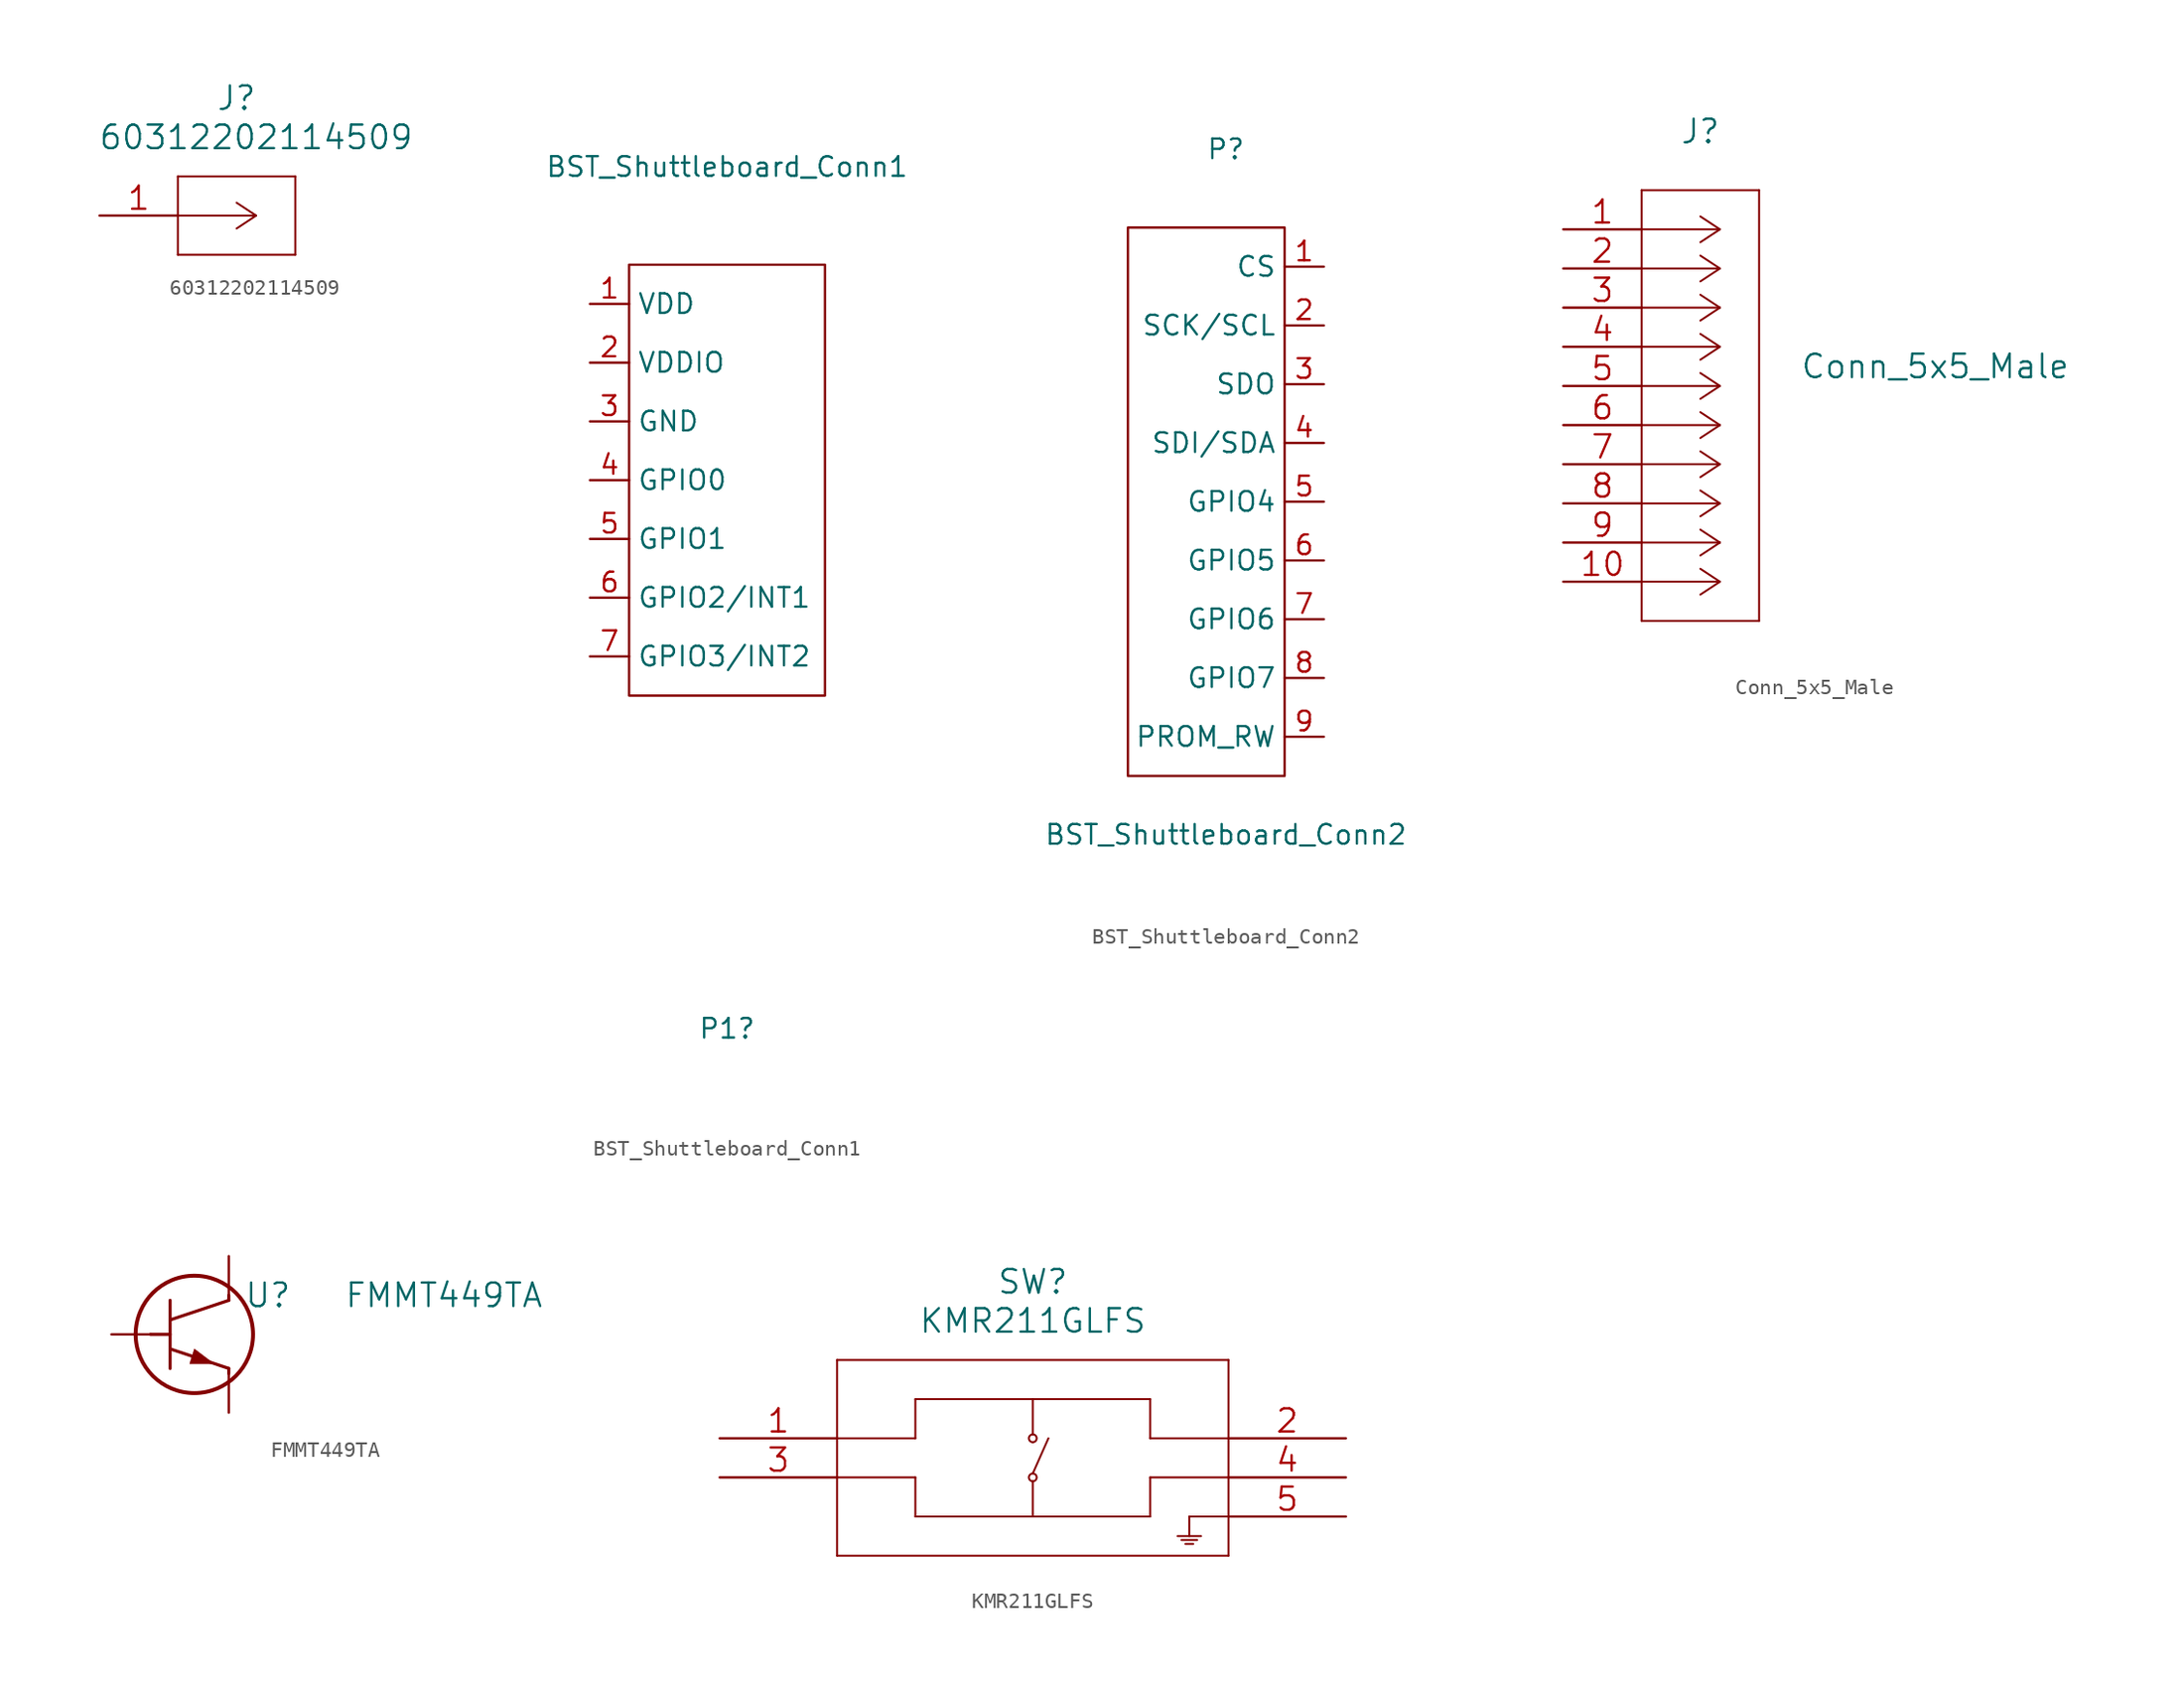
<source format=kicad_sym>
(kicad_symbol_lib
  (version 20211014)
  (generator kicad_symbol_editor)
  (symbol "60312202114509"
    (pin_names
      (offset 0.254) hide)
    (property "Reference" "J"
      (at 0 7.62 0)
      (effects (font (size 1.524 1.524))))
    (property "Value" "60312202114509"
      (at 1.27 5.08 0)
      (effects (font (size 1.524 1.524))))
    (property "Datasheet" ""
      (at -8.89 0 0)
      (effects (font (size 1.524 1.524))))
    (property "ki_locked" ""
      (at 0 0 0)
      (effects (font (size 1.27 1.27))))
    (symbol "60312202114509_1_1"
      (polyline (pts (xy -3.81 -2.54) (xy 3.81 -2.54)) (stroke (width 0.127) (type default) (color 0 0 0 0)) (fill (type none)))
      (polyline (pts (xy -3.81 2.54) (xy -3.81 -2.54)) (stroke (width 0.127) (type default) (color 0 0 0 0)) (fill (type none)))
      (polyline (pts (xy 1.27 0) (xy -3.81 0)) (stroke (width 0.127) (type default) (color 0 0 0 0)) (fill (type none)))
      (polyline (pts (xy 1.27 0) (xy 0 -0.838)) (stroke (width 0.127) (type default) (color 0 0 0 0)) (fill (type none)))
      (polyline (pts (xy 1.27 0) (xy 0 0.838)) (stroke (width 0.127) (type default) (color 0 0 0 0)) (fill (type none)))
      (polyline (pts (xy 3.81 -2.54) (xy 3.81 2.54)) (stroke (width 0.127) (type default) (color 0 0 0 0)) (fill (type none)))
      (polyline (pts (xy 3.81 2.54) (xy -3.81 2.54)) (stroke (width 0.127) (type default) (color 0 0 0 0)) (fill (type none)))
      (pin input line (at -8.89 0 0) (length 5.08) (name "1" (effects (font (size 1.499 1.499)))) (number "1" (effects (font (size 1.499 1.499)))))))
  (symbol "BST_Shuttleboard_Conn1"
    (property "Reference" "P1"
      (at 0 -33.02 0)
      (effects (font (size 1.27 1.27))))
    (property "Value" "BST_Shuttleboard_Conn1"
      (at 0 22.86 0)
      (effects (font (size 1.27 1.27))))
    (symbol "BST_Shuttleboard_Conn1_0_1"
      (rectangle (start -6.35 16.51) (end 6.35 -11.43) (stroke (width 0) (type default) (color 0 0 0 0)) (fill (type none))))
    (symbol "BST_Shuttleboard_Conn1_1_1"
      (pin power_in line (at -8.89 13.97 0) (length 2.54) (name "VDD" (effects (font (size 1.27 1.27)))) (number "1" (effects (font (size 1.27 1.27)))))
      (pin power_in line (at -8.89 10.16 0) (length 2.54) (name "VDDIO" (effects (font (size 1.27 1.27)))) (number "2" (effects (font (size 1.27 1.27)))))
      (pin passive line (at -8.89 6.35 0) (length 2.54) (name "GND" (effects (font (size 1.27 1.27)))) (number "3" (effects (font (size 1.27 1.27)))))
      (pin passive line (at -8.89 2.54 0) (length 2.54) (name "GPIO0" (effects (font (size 1.27 1.27)))) (number "4" (effects (font (size 1.27 1.27)))))
      (pin passive line (at -8.89 -1.27 0) (length 2.54) (name "GPIO1" (effects (font (size 1.27 1.27)))) (number "5" (effects (font (size 1.27 1.27)))))
      (pin output line (at -8.89 -5.08 0) (length 2.54) (name "GPIO2/INT1" (effects (font (size 1.27 1.27)))) (number "6" (effects (font (size 1.27 1.27)))))
      (pin output line (at -8.89 -8.89 0) (length 2.54) (name "GPIO3/INT2" (effects (font (size 1.27 1.27)))) (number "7" (effects (font (size 1.27 1.27)))))))
  (symbol "BST_Shuttleboard_Conn2"
    (property "Reference" "P"
      (at 0 20.32 0)
      (effects (font (size 1.27 1.27))))
    (property "Value" "BST_Shuttleboard_Conn2"
      (at 0 -24.13 0)
      (effects (font (size 1.27 1.27))))
    (symbol "BST_Shuttleboard_Conn2_0_1"
      (rectangle (start -6.35 15.24) (end 3.81 -20.32) (stroke (width 0) (type default) (color 0 0 0 0)) (fill (type none))))
    (symbol "BST_Shuttleboard_Conn2_1_1"
      (pin passive line (at 6.35 12.7 180) (length 2.54) (name "CS" (effects (font (size 1.27 1.27)))) (number "1" (effects (font (size 1.27 1.27)))))
      (pin output line (at 6.35 8.89 180) (length 2.54) (name "SCK/SCL" (effects (font (size 1.27 1.27)))) (number "2" (effects (font (size 1.27 1.27)))))
      (pin output line (at 6.35 5.08 180) (length 2.54) (name "SDO" (effects (font (size 1.27 1.27)))) (number "3" (effects (font (size 1.27 1.27)))))
      (pin output line (at 6.35 1.27 180) (length 2.54) (name "SDI/SDA" (effects (font (size 1.27 1.27)))) (number "4" (effects (font (size 1.27 1.27)))))
      (pin passive line (at 6.35 -2.54 180) (length 2.54) (name "GPIO4" (effects (font (size 1.27 1.27)))) (number "5" (effects (font (size 1.27 1.27)))))
      (pin power_in line (at 6.35 -6.35 180) (length 2.54) (name "GPIO5" (effects (font (size 1.27 1.27)))) (number "6" (effects (font (size 1.27 1.27)))))
      (pin passive line (at 6.35 -10.16 180) (length 2.54) (name "GPIO6" (effects (font (size 1.27 1.27)))) (number "7" (effects (font (size 1.27 1.27)))))
      (pin passive line (at 6.35 -13.97 180) (length 2.54) (name "GPIO7" (effects (font (size 1.27 1.27)))) (number "8" (effects (font (size 1.27 1.27)))))
      (pin passive line (at 6.35 -17.78 180) (length 2.54) (name "PROM_RW" (effects (font (size 1.27 1.27)))) (number "9" (effects (font (size 1.27 1.27)))))))
  (symbol "Conn_5x5_Male"
    (pin_names
      (offset 0.254) hide)
    (property "Reference" "J"
      (at 8.89 6.35 0)
      (effects (font (size 1.524 1.524))))
    (property "Value" "Conn_5x5_Male"
      (at 24.13 -8.89 0)
      (effects (font (size 1.524 1.524))))
    (property "Datasheet" ""
      (at 0 0 0)
      (effects (font (size 1.524 1.524))))
    (property "ki_locked" ""
      (at 0 0 0)
      (effects (font (size 1.27 1.27))))
    (symbol "Conn_5x5_Male_1_1"
      (polyline (pts (xy 5.08 -25.4) (xy 12.7 -25.4)) (stroke (width 0.127) (type default) (color 0 0 0 0)) (fill (type none)))
      (polyline (pts (xy 5.08 2.54) (xy 5.08 -25.4)) (stroke (width 0.127) (type default) (color 0 0 0 0)) (fill (type none)))
      (polyline (pts (xy 10.16 -22.86) (xy 5.08 -22.86)) (stroke (width 0.127) (type default) (color 0 0 0 0)) (fill (type none)))
      (polyline (pts (xy 10.16 -22.86) (xy 8.89 -23.698)) (stroke (width 0.127) (type default) (color 0 0 0 0)) (fill (type none)))
      (polyline (pts (xy 10.16 -22.86) (xy 8.89 -22.022)) (stroke (width 0.127) (type default) (color 0 0 0 0)) (fill (type none)))
      (polyline (pts (xy 10.16 -20.32) (xy 5.08 -20.32)) (stroke (width 0.127) (type default) (color 0 0 0 0)) (fill (type none)))
      (polyline (pts (xy 10.16 -20.32) (xy 8.89 -21.158)) (stroke (width 0.127) (type default) (color 0 0 0 0)) (fill (type none)))
      (polyline (pts (xy 10.16 -20.32) (xy 8.89 -19.482)) (stroke (width 0.127) (type default) (color 0 0 0 0)) (fill (type none)))
      (polyline (pts (xy 10.16 -17.78) (xy 5.08 -17.78)) (stroke (width 0.127) (type default) (color 0 0 0 0)) (fill (type none)))
      (polyline (pts (xy 10.16 -17.78) (xy 8.89 -18.618)) (stroke (width 0.127) (type default) (color 0 0 0 0)) (fill (type none)))
      (polyline (pts (xy 10.16 -17.78) (xy 8.89 -16.942)) (stroke (width 0.127) (type default) (color 0 0 0 0)) (fill (type none)))
      (polyline (pts (xy 10.16 -15.24) (xy 5.08 -15.24)) (stroke (width 0.127) (type default) (color 0 0 0 0)) (fill (type none)))
      (polyline (pts (xy 10.16 -15.24) (xy 8.89 -16.078)) (stroke (width 0.127) (type default) (color 0 0 0 0)) (fill (type none)))
      (polyline (pts (xy 10.16 -15.24) (xy 8.89 -14.402)) (stroke (width 0.127) (type default) (color 0 0 0 0)) (fill (type none)))
      (polyline (pts (xy 10.16 -12.7) (xy 5.08 -12.7)) (stroke (width 0.127) (type default) (color 0 0 0 0)) (fill (type none)))
      (polyline (pts (xy 10.16 -12.7) (xy 8.89 -13.538)) (stroke (width 0.127) (type default) (color 0 0 0 0)) (fill (type none)))
      (polyline (pts (xy 10.16 -12.7) (xy 8.89 -11.862)) (stroke (width 0.127) (type default) (color 0 0 0 0)) (fill (type none)))
      (polyline (pts (xy 10.16 -10.16) (xy 5.08 -10.16)) (stroke (width 0.127) (type default) (color 0 0 0 0)) (fill (type none)))
      (polyline (pts (xy 10.16 -10.16) (xy 8.89 -10.998)) (stroke (width 0.127) (type default) (color 0 0 0 0)) (fill (type none)))
      (polyline (pts (xy 10.16 -10.16) (xy 8.89 -9.322)) (stroke (width 0.127) (type default) (color 0 0 0 0)) (fill (type none)))
      (polyline (pts (xy 10.16 -7.62) (xy 5.08 -7.62)) (stroke (width 0.127) (type default) (color 0 0 0 0)) (fill (type none)))
      (polyline (pts (xy 10.16 -7.62) (xy 8.89 -8.458)) (stroke (width 0.127) (type default) (color 0 0 0 0)) (fill (type none)))
      (polyline (pts (xy 10.16 -7.62) (xy 8.89 -6.782)) (stroke (width 0.127) (type default) (color 0 0 0 0)) (fill (type none)))
      (polyline (pts (xy 10.16 -5.08) (xy 5.08 -5.08)) (stroke (width 0.127) (type default) (color 0 0 0 0)) (fill (type none)))
      (polyline (pts (xy 10.16 -5.08) (xy 8.89 -5.918)) (stroke (width 0.127) (type default) (color 0 0 0 0)) (fill (type none)))
      (polyline (pts (xy 10.16 -5.08) (xy 8.89 -4.242)) (stroke (width 0.127) (type default) (color 0 0 0 0)) (fill (type none)))
      (polyline (pts (xy 10.16 -2.54) (xy 5.08 -2.54)) (stroke (width 0.127) (type default) (color 0 0 0 0)) (fill (type none)))
      (polyline (pts (xy 10.16 -2.54) (xy 8.89 -3.378)) (stroke (width 0.127) (type default) (color 0 0 0 0)) (fill (type none)))
      (polyline (pts (xy 10.16 -2.54) (xy 8.89 -1.702)) (stroke (width 0.127) (type default) (color 0 0 0 0)) (fill (type none)))
      (polyline (pts (xy 10.16 0) (xy 5.08 0)) (stroke (width 0.127) (type default) (color 0 0 0 0)) (fill (type none)))
      (polyline (pts (xy 10.16 0) (xy 8.89 -0.838)) (stroke (width 0.127) (type default) (color 0 0 0 0)) (fill (type none)))
      (polyline (pts (xy 10.16 0) (xy 8.89 0.838)) (stroke (width 0.127) (type default) (color 0 0 0 0)) (fill (type none)))
      (polyline (pts (xy 12.7 -25.4) (xy 12.7 2.54)) (stroke (width 0.127) (type default) (color 0 0 0 0)) (fill (type none)))
      (polyline (pts (xy 12.7 2.54) (xy 5.08 2.54)) (stroke (width 0.127) (type default) (color 0 0 0 0)) (fill (type none)))
      (pin passive line (at 0 0 0) (length 5.08) (name "S1_0" (effects (font (size 1.499 1.499)))) (number "1" (effects (font (size 1.499 1.499)))))
      (pin passive line (at 0 -22.86 0) (length 5.08) (name "GND" (effects (font (size 1.499 1.499)))) (number "10" (effects (font (size 1.499 1.499)))))
      (pin passive line (at 0 -2.54 0) (length 5.08) (name "S2_0" (effects (font (size 1.499 1.499)))) (number "2" (effects (font (size 1.499 1.499)))))
      (pin power_out line (at 0 -5.08 0) (length 5.08) (name "5V" (effects (font (size 1.499 1.499)))) (number "3" (effects (font (size 1.499 1.499)))))
      (pin passive line (at 0 -7.62 0) (length 5.08) (name "GND" (effects (font (size 1.499 1.499)))) (number "4" (effects (font (size 1.499 1.499)))))
      (pin passive line (at 0 -10.16 0) (length 5.08) (name "S1_1" (effects (font (size 1.499 1.499)))) (number "5" (effects (font (size 1.499 1.499)))))
      (pin passive line (at 0 -12.7 0) (length 5.08) (name "S2_1" (effects (font (size 1.499 1.499)))) (number "6" (effects (font (size 1.499 1.499)))))
      (pin passive line (at 0 -15.24 0) (length 5.08) (name "GND" (effects (font (size 1.499 1.499)))) (number "7" (effects (font (size 1.499 1.499)))))
      (pin passive line (at 0 -17.78 0) (length 5.08) (name "S1_2" (effects (font (size 1.499 1.499)))) (number "8" (effects (font (size 1.499 1.499)))))
      (pin passive line (at 0 -20.32 0) (length 5.08) (name "S2_2" (effects (font (size 1.499 1.499)))) (number "9" (effects (font (size 1.499 1.499)))))))
  (symbol "FMMT449TA"
    (pin_numbers hide)
    (pin_names
      (offset 0) hide)
    (property "Reference" "U"
      (at 10.16 2.54 0)
      (effects (font (size 1.524 1.524))))
    (property "Value" "FMMT449TA"
      (at 21.59 2.54 0)
      (effects (font (size 1.524 1.524))))
    (property "Datasheet" ""
      (at 0 0 0)
      (effects (font (size 1.524 1.524))))
    (property "ki_locked" ""
      (at 0 0 0)
      (effects (font (size 1.27 1.27))))
    (symbol "FMMT449TA_1_1"
      (polyline (pts (xy 2.54 0) (xy 3.81 0)) (stroke (width 0.203) (type default) (color 0 0 0 0)) (fill (type none)))
      (polyline (pts (xy 3.81 -2.21) (xy 3.81 2.21)) (stroke (width 0.203) (type default) (color 0 0 0 0)) (fill (type none)))
      (polyline (pts (xy 3.81 -0.94) (xy 7.62 -2.21)) (stroke (width 0.203) (type default) (color 0 0 0 0)) (fill (type none)))
      (polyline (pts (xy 3.81 0.94) (xy 7.62 2.21)) (stroke (width 0.203) (type default) (color 0 0 0 0)) (fill (type none)))
      (polyline (pts (xy 7.62 -2.54) (xy 7.62 -2.21)) (stroke (width 0.203) (type default) (color 0 0 0 0)) (fill (type none)))
      (polyline (pts (xy 7.62 2.21) (xy 7.62 2.54)) (stroke (width 0.203) (type default) (color 0 0 0 0)) (fill (type none)))
      (polyline (pts (xy 5.385 -0.94) (xy 5.08 -1.905) (xy 6.655 -1.905) (xy 5.385 -0.94)) (stroke (width 0.025) (type default) (color 0 0 0 0)) (fill (type outline)))
      (circle (center 5.385 0) (radius 3.81) (stroke (width 0.254) (type default) (color 0 0 0 0)) (fill (type none)))
      (pin power_in line (at 0 0 0) (length 2.54) (name "GND" (effects (font (size 1.499 1.499)))) (number "1" (effects (font (size 1.499 1.499)))))
      (pin power_out line (at 7.62 5.08 270) (length 2.54) (name "RESET" (effects (font (size 1.499 1.499)))) (number "2" (effects (font (size 1.499 1.499)))))
      (pin power_in line (at 7.62 -5.08 90) (length 2.54) (name "VCC" (effects (font (size 1.499 1.499)))) (number "3" (effects (font (size 1.499 1.499)))))))
  (symbol "KMR211GLFS"
    (pin_names
      (offset 0.254) hide)
    (property "Reference" "SW"
      (at 0 11.43 0)
      (effects (font (size 1.524 1.524))))
    (property "Value" "KMR211GLFS"
      (at 0 8.89 0)
      (effects (font (size 1.524 1.524))))
    (symbol "KMR211GLFS_1_1"
      (arc (start 0 -1.524) (mid 0 -1.016) (end 0 -1.524) (stroke (width 0.127) (type default) (color 0 0 0 0)) (fill (type none)))
      (circle (center 0 -1.27) (radius 0.254) (stroke (width 0.127) (type default) (color 0 0 0 0)) (fill (type none)))
      (polyline (pts (xy -12.7 -6.35) (xy 12.7 -6.35)) (stroke (width 0.127) (type default) (color 0 0 0 0)) (fill (type none)))
      (polyline (pts (xy -12.7 1.27) (xy -7.62 1.27)) (stroke (width 0.127) (type default) (color 0 0 0 0)) (fill (type none)))
      (polyline (pts (xy -12.7 6.35) (xy -12.7 -6.35)) (stroke (width 0.127) (type default) (color 0 0 0 0)) (fill (type none)))
      (polyline (pts (xy -7.62 -3.81) (xy -7.62 -1.27)) (stroke (width 0.127) (type default) (color 0 0 0 0)) (fill (type none)))
      (polyline (pts (xy -7.62 -1.27) (xy -12.7 -1.27)) (stroke (width 0.127) (type default) (color 0 0 0 0)) (fill (type none)))
      (polyline (pts (xy -7.62 1.27) (xy -7.62 3.81)) (stroke (width 0.127) (type default) (color 0 0 0 0)) (fill (type none)))
      (polyline (pts (xy -7.62 3.81) (xy 7.62 3.81)) (stroke (width 0.127) (type default) (color 0 0 0 0)) (fill (type none)))
      (polyline (pts (xy 0 -1.524) (xy 0 -3.81)) (stroke (width 0.127) (type default) (color 0 0 0 0)) (fill (type none)))
      (polyline (pts (xy 0 3.81) (xy 0 1.524)) (stroke (width 0.127) (type default) (color 0 0 0 0)) (fill (type none)))
      (polyline (pts (xy 1.016 1.27) (xy 0 -1.016)) (stroke (width 0.127) (type default) (color 0 0 0 0)) (fill (type none)))
      (polyline (pts (xy 7.62 -3.81) (xy -7.62 -3.81)) (stroke (width 0.127) (type default) (color 0 0 0 0)) (fill (type none)))
      (polyline (pts (xy 7.62 -1.27) (xy 7.62 -3.81)) (stroke (width 0.127) (type default) (color 0 0 0 0)) (fill (type none)))
      (polyline (pts (xy 7.62 1.27) (xy 12.7 1.27)) (stroke (width 0.127) (type default) (color 0 0 0 0)) (fill (type none)))
      (polyline (pts (xy 7.62 3.81) (xy 7.62 1.27)) (stroke (width 0.127) (type default) (color 0 0 0 0)) (fill (type none)))
      (polyline (pts (xy 9.398 -5.08) (xy 10.922 -5.08)) (stroke (width 0.127) (type default) (color 0 0 0 0)) (fill (type none)))
      (polyline (pts (xy 9.906 -5.588) (xy 10.414 -5.588)) (stroke (width 0.127) (type default) (color 0 0 0 0)) (fill (type none)))
      (polyline (pts (xy 10.16 -3.81) (xy 10.16 -5.08)) (stroke (width 0.127) (type default) (color 0 0 0 0)) (fill (type none)))
      (polyline (pts (xy 10.668 -5.334) (xy 9.652 -5.334)) (stroke (width 0.127) (type default) (color 0 0 0 0)) (fill (type none)))
      (polyline (pts (xy 12.7 -6.35) (xy 12.7 6.35)) (stroke (width 0.127) (type default) (color 0 0 0 0)) (fill (type none)))
      (polyline (pts (xy 12.7 -3.81) (xy 10.16 -3.81)) (stroke (width 0.127) (type default) (color 0 0 0 0)) (fill (type none)))
      (polyline (pts (xy 12.7 -1.27) (xy 7.62 -1.27)) (stroke (width 0.127) (type default) (color 0 0 0 0)) (fill (type none)))
      (polyline (pts (xy 12.7 6.35) (xy -12.7 6.35)) (stroke (width 0.127) (type default) (color 0 0 0 0)) (fill (type none)))
      (arc (start 0 1.016) (mid 0 1.524) (end 0 1.016) (stroke (width 0.127) (type default) (color 0 0 0 0)) (fill (type none)))
      (circle (center 0 1.27) (radius 0.254) (stroke (width 0.127) (type default) (color 0 0 0 0)) (fill (type none)))
      (pin power_in line (at -20.32 1.27 0) (length 7.62) (name "1" (effects (font (size 1.499 1.499)))) (number "1" (effects (font (size 1.499 1.499)))))
      (pin passive line (at 20.32 1.27 180) (length 7.62) (name "2" (effects (font (size 1.499 1.499)))) (number "2" (effects (font (size 1.499 1.499)))))
      (pin power_in line (at -20.32 -1.27 0) (length 7.62) (name "3" (effects (font (size 1.499 1.499)))) (number "3" (effects (font (size 1.499 1.499)))))
      (pin passive line (at 20.32 -1.27 180) (length 7.62) (name "4" (effects (font (size 1.499 1.499)))) (number "4" (effects (font (size 1.499 1.499)))))
      (pin passive line (at 20.32 -3.81 180) (length 7.62) (name "5" (effects (font (size 1.499 1.499)))) (number "5" (effects (font (size 1.499 1.499))))))))
</source>
